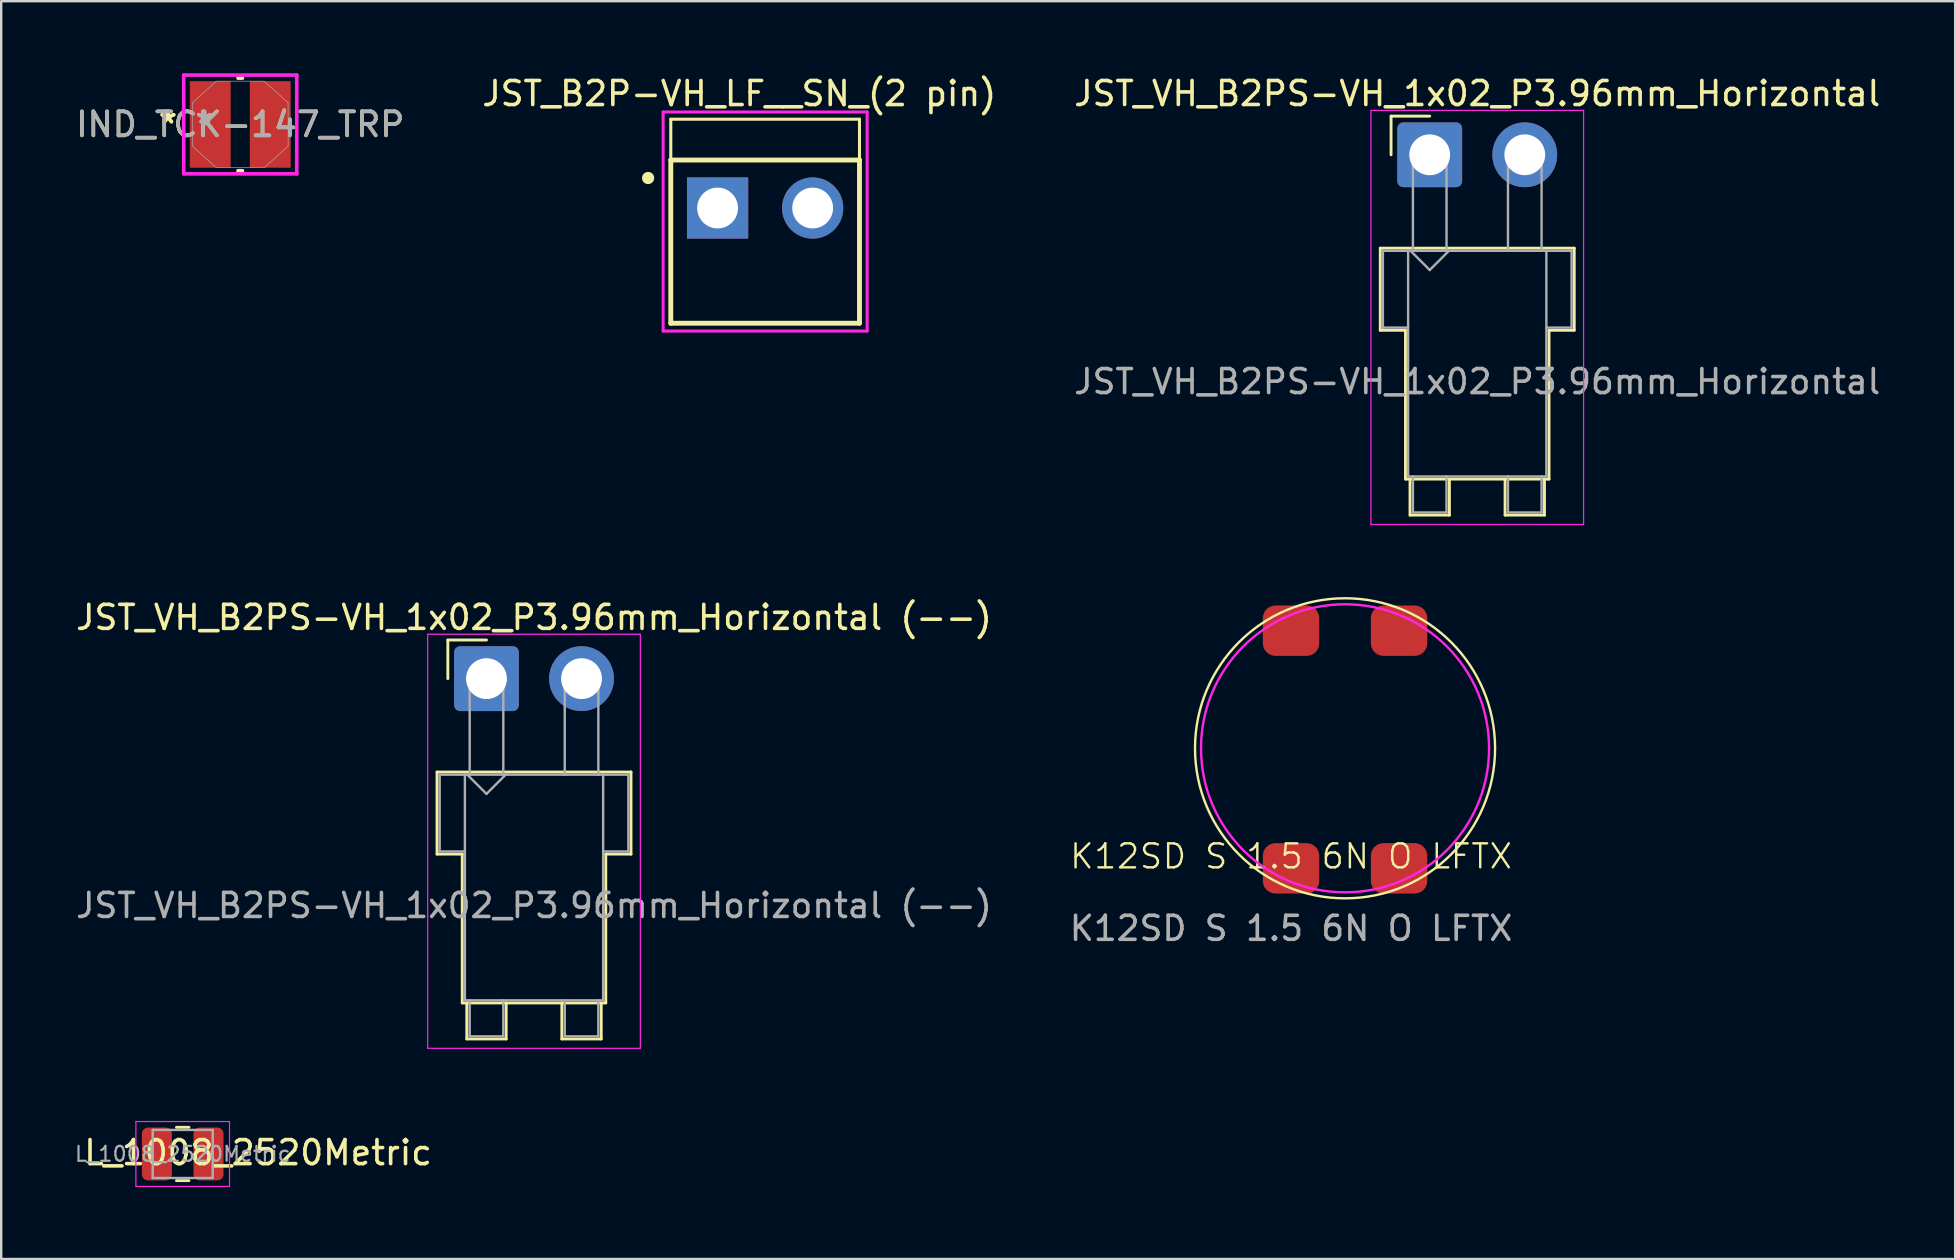
<source format=kicad_pcb>
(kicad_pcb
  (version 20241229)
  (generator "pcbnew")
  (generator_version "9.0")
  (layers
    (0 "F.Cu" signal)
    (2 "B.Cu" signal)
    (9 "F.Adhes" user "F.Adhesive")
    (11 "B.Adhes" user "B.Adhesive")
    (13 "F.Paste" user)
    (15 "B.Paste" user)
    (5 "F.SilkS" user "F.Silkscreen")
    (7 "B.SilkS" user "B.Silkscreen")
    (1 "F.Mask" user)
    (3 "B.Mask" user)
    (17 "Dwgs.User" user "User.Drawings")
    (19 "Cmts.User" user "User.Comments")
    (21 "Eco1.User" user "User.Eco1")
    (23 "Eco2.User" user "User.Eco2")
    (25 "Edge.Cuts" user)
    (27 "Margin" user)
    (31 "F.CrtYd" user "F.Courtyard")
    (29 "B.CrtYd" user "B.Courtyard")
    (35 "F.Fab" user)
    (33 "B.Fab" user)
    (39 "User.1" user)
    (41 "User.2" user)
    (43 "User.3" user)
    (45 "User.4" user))
  (footprint "L_1008_2520Metric"
    (layer "F.Cu")
    (at 4.561 45.022)
    (property "Reference" "L_1008_2520Metric" (at 3.139 -0.054 0) (layer "F.SilkS") (effects (font (size 1 1) (thickness 0.15))))
    (attr smd)
    (fp_line (start -0.261 -1.11) (end 0.261 -1.11) (stroke (width 0.12) (type solid)) (layer "F.SilkS"))
    (fp_line (start -0.261 1.11) (end 0.261 1.11) (stroke (width 0.12) (type solid)) (layer "F.SilkS"))
    (fp_line (start -1.95 -1.35) (end 1.95 -1.35) (stroke (width 0.05) (type solid)) (layer "F.CrtYd"))
    (fp_line (start -1.95 1.35) (end -1.95 -1.35) (stroke (width 0.05) (type solid)) (layer "F.CrtYd"))
    (fp_line (start 1.95 -1.35) (end 1.95 1.35) (stroke (width 0.05) (type solid)) (layer "F.CrtYd"))
    (fp_line (start 1.95 1.35) (end -1.95 1.35) (stroke (width 0.05) (type solid)) (layer "F.CrtYd"))
    (fp_line (start -1.25 -1) (end 1.25 -1) (stroke (width 0.1) (type solid)) (layer "F.Fab"))
    (fp_line (start -1.25 1) (end -1.25 -1) (stroke (width 0.1) (type solid)) (layer "F.Fab"))
    (fp_line (start 1.25 -1) (end 1.25 1) (stroke (width 0.1) (type solid)) (layer "F.Fab"))
    (fp_line (start 1.25 1) (end -1.25 1) (stroke (width 0.1) (type solid)) (layer "F.Fab"))
    (fp_text user "${REFERENCE}" (at 0 0 0) (layer "F.Fab") (effects (font (size 0.62 0.62) (thickness 0.09))))
    (pad "1" smd roundrect (at -1.075 0) (size 1.25 2.2) (layers "F.Cu" "F.Mask" "F.Paste") (roundrect_rratio 0.2))
    (pad "2" smd roundrect (at 1.075 0) (size 1.25 2.2) (layers "F.Cu" "F.Mask" "F.Paste") (roundrect_rratio 0.2)))
  (footprint "JST_VH_B2PS-VH_1x02_P3.96mm_Horizontal"
    (layer "F.Cu")
    (at 56.509 3.398)
    (property "Reference" "JST_VH_B2PS-VH_1x02_P3.96mm_Horizontal" (at 1.98 -2.55 180) (layer "F.SilkS") (effects (font (size 1 1) (thickness 0.15))))
    (attr through_hole)
    (fp_line (start -2.06 3.89) (end 6.02 3.89) (stroke (width 0.12) (type solid)) (layer "F.SilkS"))
    (fp_line (start -2.06 7.31) (end -2.06 3.89) (stroke (width 0.12) (type solid)) (layer "F.SilkS"))
    (fp_line (start -1.61 -1.61) (end -1.61 0) (stroke (width 0.12) (type solid)) (layer "F.SilkS"))
    (fp_line (start -1.01 7.31) (end -2.06 7.31) (stroke (width 0.12) (type solid)) (layer "F.SilkS"))
    (fp_line (start -1.01 13.51) (end -1.01 7.31) (stroke (width 0.12) (type solid)) (layer "F.SilkS"))
    (fp_line (start -0.82 13.51) (end -0.82 15.01) (stroke (width 0.12) (type solid)) (layer "F.SilkS"))
    (fp_line (start -0.82 15.01) (end 0.82 15.01) (stroke (width 0.12) (type solid)) (layer "F.SilkS"))
    (fp_line (start 0 -1.61) (end -1.61 -1.61) (stroke (width 0.12) (type solid)) (layer "F.SilkS"))
    (fp_line (start 0.82 15.01) (end 0.82 13.51) (stroke (width 0.12) (type solid)) (layer "F.SilkS"))
    (fp_line (start 3.14 13.51) (end 3.14 15.01) (stroke (width 0.12) (type solid)) (layer "F.SilkS"))
    (fp_line (start 3.14 15.01) (end 4.78 15.01) (stroke (width 0.12) (type solid)) (layer "F.SilkS"))
    (fp_line (start 4.78 15.01) (end 4.78 13.51) (stroke (width 0.12) (type solid)) (layer "F.SilkS"))
    (fp_line (start 4.97 7.31) (end 4.97 13.51) (stroke (width 0.12) (type solid)) (layer "F.SilkS"))
    (fp_line (start 4.97 13.51) (end -1.01 13.51) (stroke (width 0.12) (type solid)) (layer "F.SilkS"))
    (fp_line (start 6.02 3.89) (end 6.02 7.31) (stroke (width 0.12) (type solid)) (layer "F.SilkS"))
    (fp_line (start 6.02 7.31) (end 4.97 7.31) (stroke (width 0.12) (type solid)) (layer "F.SilkS"))
    (fp_line (start -2.45 -1.85) (end -2.45 15.4) (stroke (width 0.05) (type solid)) (layer "F.CrtYd"))
    (fp_line (start -2.45 15.4) (end 6.41 15.4) (stroke (width 0.05) (type solid)) (layer "F.CrtYd"))
    (fp_line (start 6.41 -1.85) (end -2.45 -1.85) (stroke (width 0.05) (type solid)) (layer "F.CrtYd"))
    (fp_line (start 6.41 15.4) (end 6.41 -1.85) (stroke (width 0.05) (type solid)) (layer "F.CrtYd"))
    (fp_line (start -1.95 4) (end -0.9 4) (stroke (width 0.1) (type solid)) (layer "F.Fab"))
    (fp_line (start -1.95 7.2) (end -1.95 4) (stroke (width 0.1) (type solid)) (layer "F.Fab"))
    (fp_line (start -0.9 4) (end -0.9 13.4) (stroke (width 0.1) (type solid)) (layer "F.Fab"))
    (fp_line (start -0.9 7.2) (end -1.95 7.2) (stroke (width 0.1) (type solid)) (layer "F.Fab"))
    (fp_line (start -0.9 13.4) (end 4.86 13.4) (stroke (width 0.1) (type solid)) (layer "F.Fab"))
    (fp_line (start -0.8 4) (end 0 4.8) (stroke (width 0.1) (type solid)) (layer "F.Fab"))
    (fp_line (start -0.7 0) (end 0.7 0) (stroke (width 0.1) (type solid)) (layer "F.Fab"))
    (fp_line (start -0.7 4) (end -0.7 0) (stroke (width 0.1) (type solid)) (layer "F.Fab"))
    (fp_line (start -0.7 13.4) (end -0.7 14.9) (stroke (width 0.1) (type solid)) (layer "F.Fab"))
    (fp_line (start -0.7 14.9) (end 0.7 14.9) (stroke (width 0.1) (type solid)) (layer "F.Fab"))
    (fp_line (start 0 4.8) (end 0.8 4) (stroke (width 0.1) (type solid)) (layer "F.Fab"))
    (fp_line (start 0.7 0) (end 0.7 4) (stroke (width 0.1) (type solid)) (layer "F.Fab"))
    (fp_line (start 0.7 14.9) (end 0.7 13.4) (stroke (width 0.1) (type solid)) (layer "F.Fab"))
    (fp_line (start 3.26 0) (end 4.66 0) (stroke (width 0.1) (type solid)) (layer "F.Fab"))
    (fp_line (start 3.26 4) (end 3.26 0) (stroke (width 0.1) (type solid)) (layer "F.Fab"))
    (fp_line (start 3.26 13.4) (end 3.26 14.9) (stroke (width 0.1) (type solid)) (layer "F.Fab"))
    (fp_line (start 3.26 14.9) (end 4.66 14.9) (stroke (width 0.1) (type solid)) (layer "F.Fab"))
    (fp_line (start 4.66 0) (end 4.66 4) (stroke (width 0.1) (type solid)) (layer "F.Fab"))
    (fp_line (start 4.66 14.9) (end 4.66 13.4) (stroke (width 0.1) (type solid)) (layer "F.Fab"))
    (fp_line (start 4.86 4) (end -0.9 4) (stroke (width 0.1) (type solid)) (layer "F.Fab"))
    (fp_line (start 4.86 4) (end 5.91 4) (stroke (width 0.1) (type solid)) (layer "F.Fab"))
    (fp_line (start 4.86 13.4) (end 4.86 4) (stroke (width 0.1) (type solid)) (layer "F.Fab"))
    (fp_line (start 5.91 4) (end 5.91 7.2) (stroke (width 0.1) (type solid)) (layer "F.Fab"))
    (fp_line (start 5.91 7.2) (end 4.86 7.2) (stroke (width 0.1) (type solid)) (layer "F.Fab"))
    (fp_text user "${REFERENCE}" (at 1.98 9.45 180) (layer "F.Fab") (effects (font (size 1 1) (thickness 0.15))))
    (pad "1" thru_hole roundrect (at 0 0) (size 2.7 2.7) (drill 1.7) (layers "*.Cu" "*.Mask") (roundrect_rratio 0.093))
    (pad "2" thru_hole circle (at 3.96 0) (size 2.7 2.7) (drill 1.7) (layers "*.Cu" "*.Mask")))
  (footprint "K12SD S 1.5 6N O LFTX"
    (layer "F.Cu")
    (at 50.732 33.123)
    (property "Reference" "K12SD S 1.5 6N O LFTX" (at 0 -0.5 0) (unlocked yes) (layer "F.SilkS") (effects (font (size 1 1) (thickness 0.1))))
    (attr smd)
    (fp_circle (center 2.25 -5) (end 8.5 -5) (stroke (width 0.1) (type default)) (fill no) (layer "F.SilkS"))
    (fp_circle (center 2.25 -5) (end 8.25 -5) (stroke (width 0.1) (type default)) (fill no) (layer "F.CrtYd"))
    (fp_text user "${REFERENCE}" (at 0 2.5 0) (unlocked yes) (layer "F.Fab") (effects (font (size 1 1) (thickness 0.15))))
    (pad "1" smd roundrect (at 0 0) (size 2.35 2.1) (layers "F.Cu" "F.Mask" "F.Paste") (roundrect_rratio 0.25))
    (pad "2" smd roundrect (at 4.5 0) (size 2.35 2.1) (layers "F.Cu" "F.Mask" "F.Paste") (roundrect_rratio 0.25))
    (pad "3" smd roundrect (at 4.5 -9.9) (size 2.35 2.1) (layers "F.Cu" "F.Mask" "F.Paste") (roundrect_rratio 0.25))
    (pad "4" smd roundrect (at 0 -9.9) (size 2.35 2.1) (layers "F.Cu" "F.Mask" "F.Paste") (roundrect_rratio 0.25)))
  (footprint "JST_VH_B2PS-VH_1x02_P3.96mm_Horizontal (--)"
    (layer "F.Cu")
    (at 17.216 25.221)
    (property "Reference" "JST_VH_B2PS-VH_1x02_P3.96mm_Horizontal (--)" (at 1.98 -2.55 0) (layer "F.SilkS") (effects (font (size 1 1) (thickness 0.15))))
    (attr through_hole)
    (fp_line (start -2.06 3.89) (end 6.02 3.89) (stroke (width 0.12) (type solid)) (layer "F.SilkS"))
    (fp_line (start -2.06 7.31) (end -2.06 3.89) (stroke (width 0.12) (type solid)) (layer "F.SilkS"))
    (fp_line (start -1.61 -1.61) (end -1.61 0) (stroke (width 0.12) (type solid)) (layer "F.SilkS"))
    (fp_line (start -1.01 7.31) (end -2.06 7.31) (stroke (width 0.12) (type solid)) (layer "F.SilkS"))
    (fp_line (start -1.01 13.51) (end -1.01 7.31) (stroke (width 0.12) (type solid)) (layer "F.SilkS"))
    (fp_line (start -0.82 13.51) (end -0.82 15.01) (stroke (width 0.12) (type solid)) (layer "F.SilkS"))
    (fp_line (start -0.82 15.01) (end 0.82 15.01) (stroke (width 0.12) (type solid)) (layer "F.SilkS"))
    (fp_line (start 0 -1.61) (end -1.61 -1.61) (stroke (width 0.12) (type solid)) (layer "F.SilkS"))
    (fp_line (start 0.82 15.01) (end 0.82 13.51) (stroke (width 0.12) (type solid)) (layer "F.SilkS"))
    (fp_line (start 3.14 13.51) (end 3.14 15.01) (stroke (width 0.12) (type solid)) (layer "F.SilkS"))
    (fp_line (start 3.14 15.01) (end 4.78 15.01) (stroke (width 0.12) (type solid)) (layer "F.SilkS"))
    (fp_line (start 4.78 15.01) (end 4.78 13.51) (stroke (width 0.12) (type solid)) (layer "F.SilkS"))
    (fp_line (start 4.97 7.31) (end 4.97 13.51) (stroke (width 0.12) (type solid)) (layer "F.SilkS"))
    (fp_line (start 4.97 13.51) (end -1.01 13.51) (stroke (width 0.12) (type solid)) (layer "F.SilkS"))
    (fp_line (start 6.02 3.89) (end 6.02 7.31) (stroke (width 0.12) (type solid)) (layer "F.SilkS"))
    (fp_line (start 6.02 7.31) (end 4.97 7.31) (stroke (width 0.12) (type solid)) (layer "F.SilkS"))
    (fp_line (start -2.45 -1.85) (end -2.45 15.4) (stroke (width 0.05) (type solid)) (layer "F.CrtYd"))
    (fp_line (start -2.45 15.4) (end 6.41 15.4) (stroke (width 0.05) (type solid)) (layer "F.CrtYd"))
    (fp_line (start 6.41 -1.85) (end -2.45 -1.85) (stroke (width 0.05) (type solid)) (layer "F.CrtYd"))
    (fp_line (start 6.41 15.4) (end 6.41 -1.85) (stroke (width 0.05) (type solid)) (layer "F.CrtYd"))
    (fp_line (start -1.95 4) (end -0.9 4) (stroke (width 0.1) (type solid)) (layer "F.Fab"))
    (fp_line (start -1.95 7.2) (end -1.95 4) (stroke (width 0.1) (type solid)) (layer "F.Fab"))
    (fp_line (start -0.9 4) (end -0.9 13.4) (stroke (width 0.1) (type solid)) (layer "F.Fab"))
    (fp_line (start -0.9 7.2) (end -1.95 7.2) (stroke (width 0.1) (type solid)) (layer "F.Fab"))
    (fp_line (start -0.9 13.4) (end 4.86 13.4) (stroke (width 0.1) (type solid)) (layer "F.Fab"))
    (fp_line (start -0.8 4) (end 0 4.8) (stroke (width 0.1) (type solid)) (layer "F.Fab"))
    (fp_line (start -0.7 0) (end 0.7 0) (stroke (width 0.1) (type solid)) (layer "F.Fab"))
    (fp_line (start -0.7 4) (end -0.7 0) (stroke (width 0.1) (type solid)) (layer "F.Fab"))
    (fp_line (start -0.7 13.4) (end -0.7 14.9) (stroke (width 0.1) (type solid)) (layer "F.Fab"))
    (fp_line (start -0.7 14.9) (end 0.7 14.9) (stroke (width 0.1) (type solid)) (layer "F.Fab"))
    (fp_line (start 0 4.8) (end 0.8 4) (stroke (width 0.1) (type solid)) (layer "F.Fab"))
    (fp_line (start 0.7 0) (end 0.7 4) (stroke (width 0.1) (type solid)) (layer "F.Fab"))
    (fp_line (start 0.7 14.9) (end 0.7 13.4) (stroke (width 0.1) (type solid)) (layer "F.Fab"))
    (fp_line (start 3.26 0) (end 4.66 0) (stroke (width 0.1) (type solid)) (layer "F.Fab"))
    (fp_line (start 3.26 4) (end 3.26 0) (stroke (width 0.1) (type solid)) (layer "F.Fab"))
    (fp_line (start 3.26 13.4) (end 3.26 14.9) (stroke (width 0.1) (type solid)) (layer "F.Fab"))
    (fp_line (start 3.26 14.9) (end 4.66 14.9) (stroke (width 0.1) (type solid)) (layer "F.Fab"))
    (fp_line (start 4.66 0) (end 4.66 4) (stroke (width 0.1) (type solid)) (layer "F.Fab"))
    (fp_line (start 4.66 14.9) (end 4.66 13.4) (stroke (width 0.1) (type solid)) (layer "F.Fab"))
    (fp_line (start 4.86 4) (end -0.9 4) (stroke (width 0.1) (type solid)) (layer "F.Fab"))
    (fp_line (start 4.86 4) (end 5.91 4) (stroke (width 0.1) (type solid)) (layer "F.Fab"))
    (fp_line (start 4.86 13.4) (end 4.86 4) (stroke (width 0.1) (type solid)) (layer "F.Fab"))
    (fp_line (start 5.91 4) (end 5.91 7.2) (stroke (width 0.1) (type solid)) (layer "F.Fab"))
    (fp_line (start 5.91 7.2) (end 4.86 7.2) (stroke (width 0.1) (type solid)) (layer "F.Fab"))
    (fp_text user "${REFERENCE}" (at 1.98 9.45 0) (layer "F.Fab") (effects (font (size 1 1) (thickness 0.15))))
    (pad "1" thru_hole roundrect (at 0 0) (size 2.7 2.7) (drill 1.7) (layers "*.Cu" "*.Mask") (roundrect_rratio 0.093))
    (pad "2" thru_hole circle (at 3.96 0) (size 2.7 2.7) (drill 1.7) (layers "*.Cu" "*.Mask")))
  (footprint "JST_B2P-VH_LF__SN_(2 pin)"
    (layer "F.Cu")
    (at 28.824 5.616)
    (property "Reference" "JST_B2P-VH_LF__SN_(2 pin)" (at -1.077 -4.767 0) (layer "F.SilkS") (effects (font (size 1.001 1.001) (thickness 0.15))))
    (attr through_hole)
    (fp_line (start -3.93 -3.7) (end 3.93 -3.7) (stroke (width 0.127) (type solid)) (layer "F.SilkS"))
    (fp_line (start -3.93 -2) (end -3.93 -3.7) (stroke (width 0.127) (type solid)) (layer "F.SilkS"))
    (fp_line (start -3.93 4.8) (end -3.93 -2) (stroke (width 0.203) (type solid)) (layer "F.SilkS"))
    (fp_line (start 3.93 -2) (end -3.93 -2) (stroke (width 0.203) (type solid)) (layer "F.SilkS"))
    (fp_line (start 3.93 -2) (end 3.93 -3.7) (stroke (width 0.127) (type solid)) (layer "F.SilkS"))
    (fp_line (start 3.93 -2) (end 3.93 4.8) (stroke (width 0.203) (type solid)) (layer "F.SilkS"))
    (fp_line (start 3.93 4.8) (end -3.93 4.8) (stroke (width 0.203) (type solid)) (layer "F.SilkS"))
    (fp_circle (center -4.875 -1.25) (end -4.621 -1.25) (stroke (width 0) (type solid)) (fill yes) (layer "F.SilkS"))
    (fp_line (start -4.25 -4) (end 4.25 -4) (stroke (width 0.127) (type solid)) (layer "F.CrtYd"))
    (fp_line (start -4.25 5.125) (end -4.25 -4) (stroke (width 0.127) (type solid)) (layer "F.CrtYd"))
    (fp_line (start 4.25 -4) (end 4.25 5.125) (stroke (width 0.127) (type solid)) (layer "F.CrtYd"))
    (fp_line (start 4.25 5.125) (end -4.25 5.125) (stroke (width 0.127) (type solid)) (layer "F.CrtYd"))
    (pad "1" thru_hole rect (at -1.98 0) (size 2.55 2.55) (drill 1.7) (layers "*.Cu" "*.Mask"))
    (pad "2" thru_hole circle (at 1.98 0) (size 2.55 2.55) (drill 1.7) (layers "*.Cu" "*.Mask")))
  (footprint "IND_TCK-147_TRP"
    (layer "F.Cu")
    (at 6.958 2.134)
    (property "Reference" "IND_TCK-147_TRP" (at 0 0 0) (unlocked yes) (layer "F.SilkS") (effects (font (size 1 1) (thickness 0.15))))
    (attr smd)
    (fp_line (start -0.092 1.93) (end 0.092 1.93) (stroke (width 0.152) (type solid)) (layer "F.SilkS"))
    (fp_line (start 0.092 -1.93) (end -0.092 -1.93) (stroke (width 0.152) (type solid)) (layer "F.SilkS"))
    (fp_line (start -2.355 -2.057) (end 2.355 -2.057) (stroke (width 0.152) (type solid)) (layer "F.CrtYd"))
    (fp_line (start -2.355 2.057) (end -2.355 -2.057) (stroke (width 0.152) (type solid)) (layer "F.CrtYd"))
    (fp_line (start 2.355 -2.057) (end 2.355 2.057) (stroke (width 0.152) (type solid)) (layer "F.CrtYd"))
    (fp_line (start 2.355 2.057) (end -2.355 2.057) (stroke (width 0.152) (type solid)) (layer "F.CrtYd"))
    (fp_line (start -1.994 -0.902) (end -1.994 0.902) (stroke (width 0.025) (type solid)) (layer "F.Fab"))
    (fp_line (start -1.994 0.902) (end -0.997 1.803) (stroke (width 0.025) (type solid)) (layer "F.Fab"))
    (fp_line (start -0.997 -1.803) (end -1.994 -0.902) (stroke (width 0.025) (type solid)) (layer "F.Fab"))
    (fp_line (start -0.997 1.803) (end 0.997 1.803) (stroke (width 0.025) (type solid)) (layer "F.Fab"))
    (fp_line (start 0.997 -1.803) (end -0.997 -1.803) (stroke (width 0.025) (type solid)) (layer "F.Fab"))
    (fp_line (start 0.997 1.803) (end 1.994 0.902) (stroke (width 0.025) (type solid)) (layer "F.Fab"))
    (fp_line (start 1.994 -0.902) (end 0.997 -1.803) (stroke (width 0.025) (type solid)) (layer "F.Fab"))
    (fp_line (start 1.994 0.902) (end 1.994 -0.902) (stroke (width 0.025) (type solid)) (layer "F.Fab"))
    (fp_text user "*" (at -3.01 0 0) (layer "F.SilkS") (effects (font (size 1 1) (thickness 0.15))))
    (fp_text user "*" (at -3.01 0 0) (unlocked yes) (layer "F.SilkS") (effects (font (size 1 1) (thickness 0.15))))
    (fp_text user "*" (at -1.486 0 0) (layer "F.Fab") (effects (font (size 1 1) (thickness 0.15))))
    (fp_text user "${REFERENCE}" (at 0 0 0) (unlocked yes) (layer "F.Fab") (effects (font (size 1 1) (thickness 0.15))))
    (fp_text user "*" (at -1.486 0 0) (unlocked yes) (layer "F.Fab") (effects (font (size 1 1) (thickness 0.15))))
    (pad "1" smd rect (at -1.25 0) (size 1.702 3.607) (layers "F.Cu" "F.Mask" "F.Paste"))
    (pad "2" smd rect (at 1.25 0) (size 1.702 3.607) (layers "F.Cu" "F.Mask" "F.Paste")))
  (gr_rect
    (start -3 -3)
    (end 78.399 49.397)
    (stroke (width 0.1) (type default))
    (fill no)
    (layer "Edge.Cuts")))
</source>
